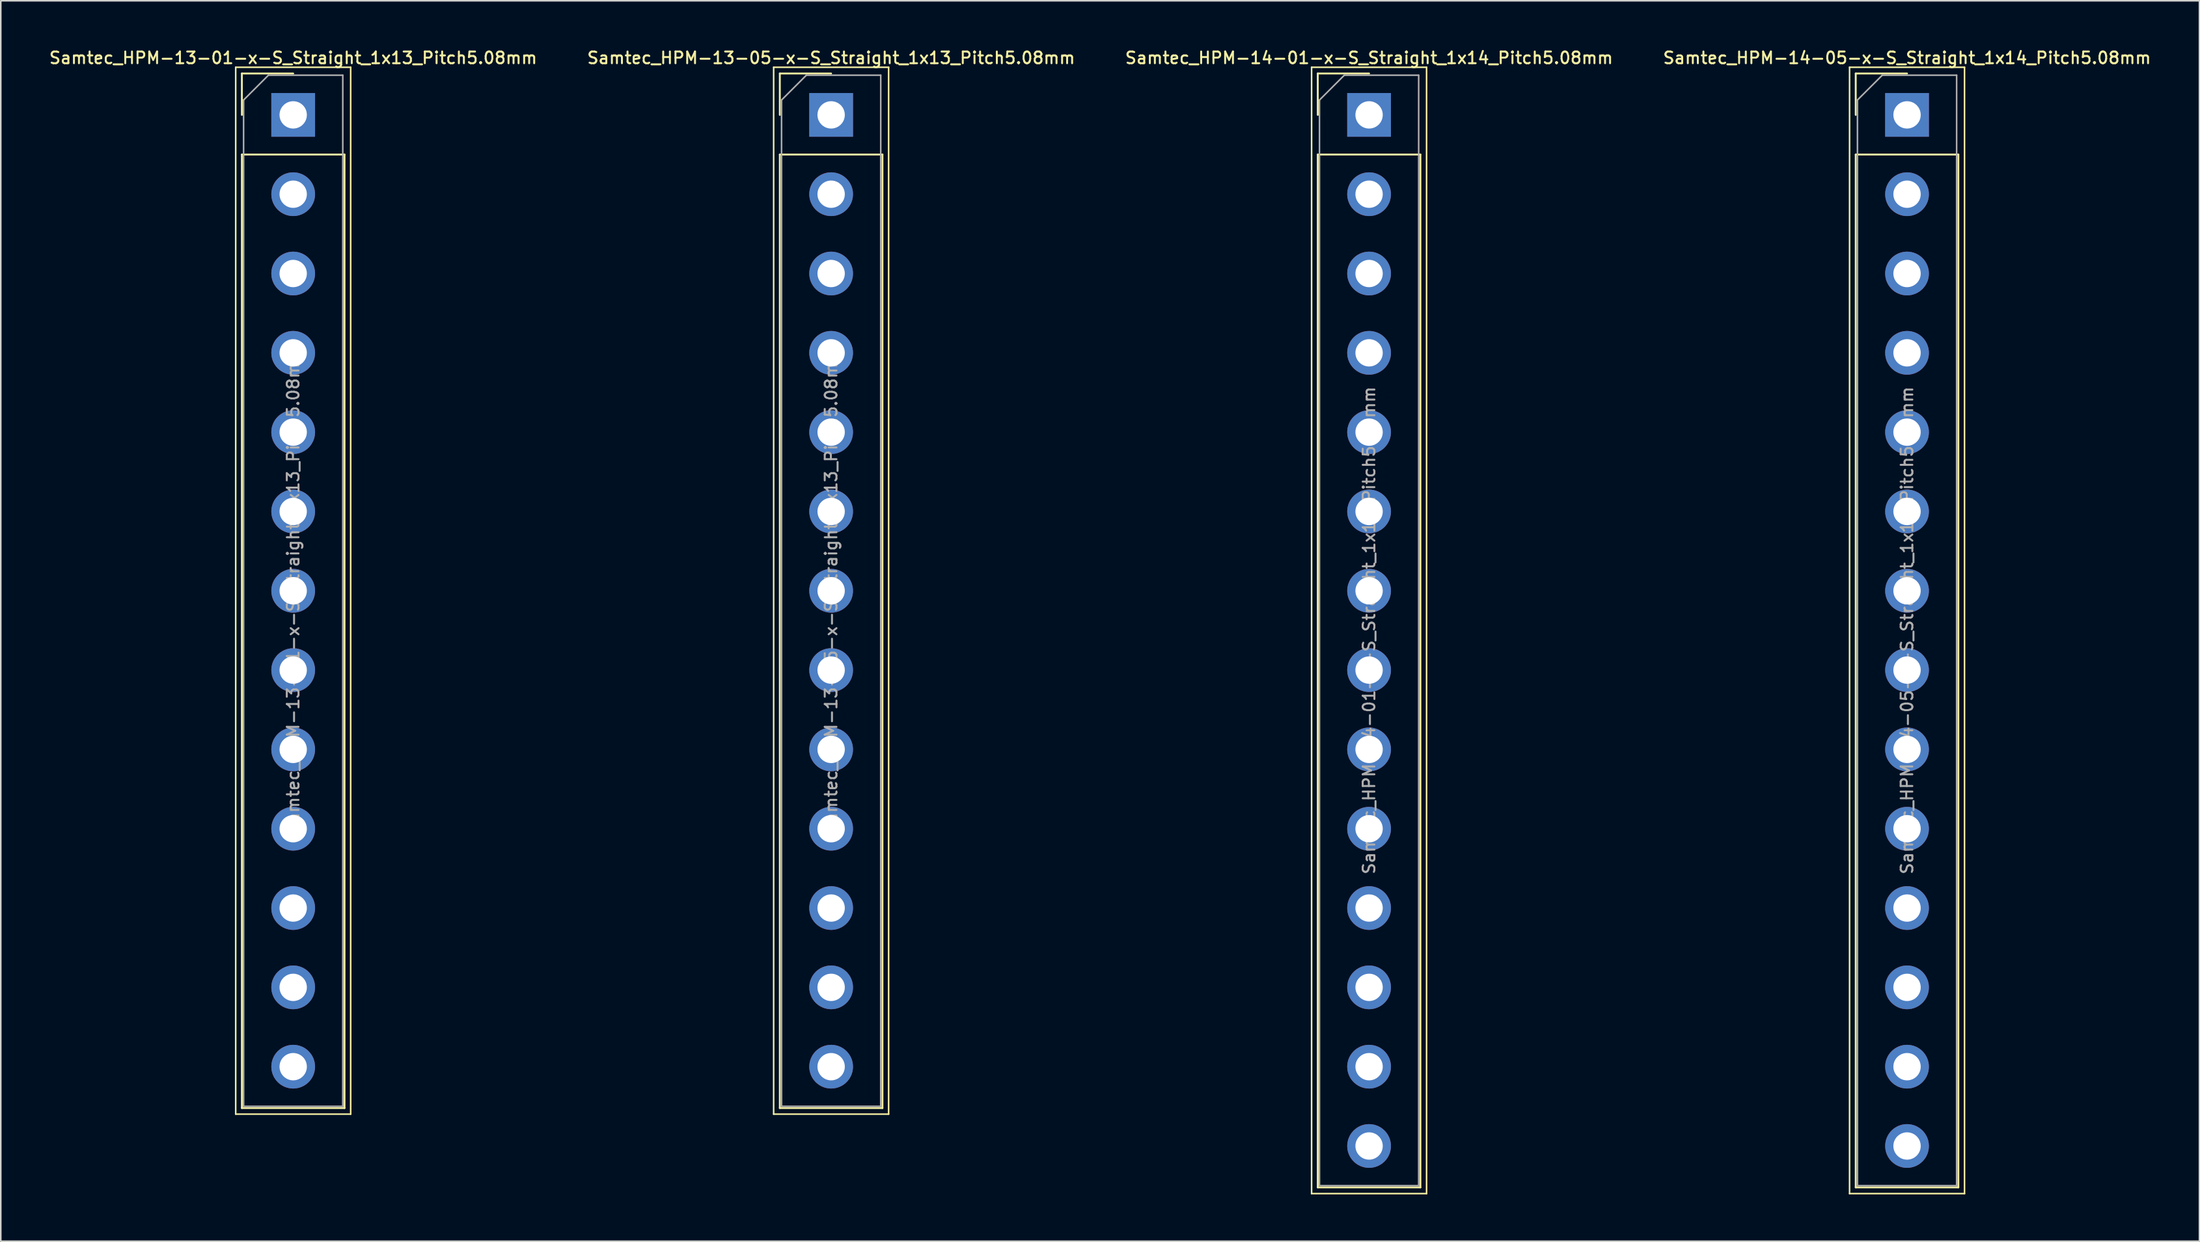
<source format=kicad_pcb>
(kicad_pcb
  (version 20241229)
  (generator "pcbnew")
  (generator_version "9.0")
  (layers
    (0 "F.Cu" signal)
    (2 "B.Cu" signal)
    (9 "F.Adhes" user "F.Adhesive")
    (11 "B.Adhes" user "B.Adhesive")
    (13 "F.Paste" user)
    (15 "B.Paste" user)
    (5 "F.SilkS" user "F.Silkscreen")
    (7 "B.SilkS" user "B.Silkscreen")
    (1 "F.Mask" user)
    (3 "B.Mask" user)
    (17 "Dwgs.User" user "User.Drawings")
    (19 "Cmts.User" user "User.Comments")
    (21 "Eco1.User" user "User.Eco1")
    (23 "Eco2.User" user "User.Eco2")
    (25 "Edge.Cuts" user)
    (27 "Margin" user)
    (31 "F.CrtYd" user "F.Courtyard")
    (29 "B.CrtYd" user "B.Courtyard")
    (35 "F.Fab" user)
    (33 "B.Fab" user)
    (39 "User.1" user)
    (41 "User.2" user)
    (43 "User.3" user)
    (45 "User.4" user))
  (footprint "Samtec_HPM-14-05-x-S_Straight_1x14_Pitch5.08mm"
    (layer "F.Cu")
    (at 119.038 4.308)
    (property "Reference" "Samtec_HPM-14-05-x-S_Straight_1x14_Pitch5.08mm" (at 0 -3.65 0) (layer "F.SilkS") (effects (font (size 0.75 0.75) (thickness 0.125))))
    (attr through_hole)
    (fp_line (start -3.68 -3.05) (end -3.68 69.09) (stroke (width 0.1) (type solid)) (layer "F.SilkS"))
    (fp_line (start -3.68 69.09) (end 3.68 69.09) (stroke (width 0.1) (type solid)) (layer "F.SilkS"))
    (fp_line (start -3.285 -2.65) (end 0 -2.65) (stroke (width 0.12) (type solid)) (layer "F.SilkS"))
    (fp_line (start -3.285 0) (end -3.285 -2.65) (stroke (width 0.12) (type solid)) (layer "F.SilkS"))
    (fp_line (start -3.285 2.54) (end -3.285 68.69) (stroke (width 0.12) (type solid)) (layer "F.SilkS"))
    (fp_line (start -3.285 2.54) (end 3.285 2.54) (stroke (width 0.12) (type solid)) (layer "F.SilkS"))
    (fp_line (start -3.285 68.69) (end 3.285 68.69) (stroke (width 0.12) (type solid)) (layer "F.SilkS"))
    (fp_line (start 3.285 2.54) (end 3.285 68.69) (stroke (width 0.12) (type solid)) (layer "F.SilkS"))
    (fp_line (start 3.68 -3.05) (end -3.68 -3.05) (stroke (width 0.1) (type solid)) (layer "F.SilkS"))
    (fp_line (start 3.68 69.09) (end 3.68 -3.05) (stroke (width 0.1) (type solid)) (layer "F.SilkS"))
    (fp_line (start -3.175 -0.953) (end -1.587 -2.54) (stroke (width 0.1) (type solid)) (layer "F.Fab"))
    (fp_line (start -3.175 68.58) (end -3.175 -0.953) (stroke (width 0.1) (type solid)) (layer "F.Fab"))
    (fp_line (start -1.587 -2.54) (end 3.175 -2.54) (stroke (width 0.1) (type solid)) (layer "F.Fab"))
    (fp_line (start 3.175 -2.54) (end 3.175 68.58) (stroke (width 0.1) (type solid)) (layer "F.Fab"))
    (fp_line (start 3.175 68.58) (end -3.175 68.58) (stroke (width 0.1) (type solid)) (layer "F.Fab"))
    (fp_text user "${REFERENCE}" (at 0 33.02 90) (layer "F.Fab") (effects (font (size 0.75 0.75) (thickness 0.125))))
    (pad "1" thru_hole rect (at 0 0) (size 2.8 2.8) (drill 1.75) (layers "*.Cu" "*.Mask"))
    (pad "2" thru_hole circle (at 0 5.08) (size 2.8 2.8) (drill 1.75) (layers "*.Cu" "*.Mask"))
    (pad "3" thru_hole circle (at 0 10.16) (size 2.8 2.8) (drill 1.75) (layers "*.Cu" "*.Mask"))
    (pad "4" thru_hole circle (at 0 15.24) (size 2.8 2.8) (drill 1.75) (layers "*.Cu" "*.Mask"))
    (pad "5" thru_hole circle (at 0 20.32) (size 2.8 2.8) (drill 1.75) (layers "*.Cu" "*.Mask"))
    (pad "6" thru_hole circle (at 0 25.4) (size 2.8 2.8) (drill 1.75) (layers "*.Cu" "*.Mask"))
    (pad "7" thru_hole circle (at 0 30.48) (size 2.8 2.8) (drill 1.75) (layers "*.Cu" "*.Mask"))
    (pad "8" thru_hole circle (at 0 35.56) (size 2.8 2.8) (drill 1.75) (layers "*.Cu" "*.Mask"))
    (pad "9" thru_hole circle (at 0 40.64) (size 2.8 2.8) (drill 1.75) (layers "*.Cu" "*.Mask"))
    (pad "10" thru_hole circle (at 0 45.72) (size 2.8 2.8) (drill 1.75) (layers "*.Cu" "*.Mask"))
    (pad "11" thru_hole circle (at 0 50.8) (size 2.8 2.8) (drill 1.75) (layers "*.Cu" "*.Mask"))
    (pad "12" thru_hole circle (at 0 55.88) (size 2.8 2.8) (drill 1.75) (layers "*.Cu" "*.Mask"))
    (pad "13" thru_hole circle (at 0 60.96) (size 2.8 2.8) (drill 1.75) (layers "*.Cu" "*.Mask"))
    (pad "14" thru_hole circle (at 0 66.04) (size 2.8 2.8) (drill 1.75) (layers "*.Cu" "*.Mask")))
  (footprint "Samtec_HPM-13-01-x-S_Straight_1x13_Pitch5.08mm"
    (layer "F.Cu")
    (at 15.72 4.308)
    (property "Reference" "Samtec_HPM-13-01-x-S_Straight_1x13_Pitch5.08mm" (at 0 -3.65 0) (layer "F.SilkS") (effects (font (size 0.75 0.75) (thickness 0.125))))
    (attr through_hole)
    (fp_line (start -3.68 -3.05) (end -3.68 64) (stroke (width 0.1) (type solid)) (layer "F.SilkS"))
    (fp_line (start -3.68 64) (end 3.68 64) (stroke (width 0.1) (type solid)) (layer "F.SilkS"))
    (fp_line (start -3.285 -2.65) (end 0 -2.65) (stroke (width 0.12) (type solid)) (layer "F.SilkS"))
    (fp_line (start -3.285 0) (end -3.285 -2.65) (stroke (width 0.12) (type solid)) (layer "F.SilkS"))
    (fp_line (start -3.285 2.54) (end -3.285 63.61) (stroke (width 0.12) (type solid)) (layer "F.SilkS"))
    (fp_line (start -3.285 2.54) (end 3.285 2.54) (stroke (width 0.12) (type solid)) (layer "F.SilkS"))
    (fp_line (start -3.285 63.61) (end 3.285 63.61) (stroke (width 0.12) (type solid)) (layer "F.SilkS"))
    (fp_line (start 3.285 2.54) (end 3.285 63.61) (stroke (width 0.12) (type solid)) (layer "F.SilkS"))
    (fp_line (start 3.68 -3.05) (end -3.68 -3.05) (stroke (width 0.1) (type solid)) (layer "F.SilkS"))
    (fp_line (start 3.68 64) (end 3.68 -3.05) (stroke (width 0.1) (type solid)) (layer "F.SilkS"))
    (fp_line (start -3.175 -0.953) (end -1.587 -2.54) (stroke (width 0.1) (type solid)) (layer "F.Fab"))
    (fp_line (start -3.175 63.5) (end -3.175 -0.953) (stroke (width 0.1) (type solid)) (layer "F.Fab"))
    (fp_line (start -1.587 -2.54) (end 3.175 -2.54) (stroke (width 0.1) (type solid)) (layer "F.Fab"))
    (fp_line (start 3.175 -2.54) (end 3.175 63.5) (stroke (width 0.1) (type solid)) (layer "F.Fab"))
    (fp_line (start 3.175 63.5) (end -3.175 63.5) (stroke (width 0.1) (type solid)) (layer "F.Fab"))
    (fp_text user "${REFERENCE}" (at 0 30.48 90) (layer "F.Fab") (effects (font (size 0.75 0.75) (thickness 0.125))))
    (pad "1" thru_hole rect (at 0 0) (size 2.8 2.8) (drill 1.75) (layers "*.Cu" "*.Mask"))
    (pad "2" thru_hole circle (at 0 5.08) (size 2.8 2.8) (drill 1.75) (layers "*.Cu" "*.Mask"))
    (pad "3" thru_hole circle (at 0 10.16) (size 2.8 2.8) (drill 1.75) (layers "*.Cu" "*.Mask"))
    (pad "4" thru_hole circle (at 0 15.24) (size 2.8 2.8) (drill 1.75) (layers "*.Cu" "*.Mask"))
    (pad "5" thru_hole circle (at 0 20.32) (size 2.8 2.8) (drill 1.75) (layers "*.Cu" "*.Mask"))
    (pad "6" thru_hole circle (at 0 25.4) (size 2.8 2.8) (drill 1.75) (layers "*.Cu" "*.Mask"))
    (pad "7" thru_hole circle (at 0 30.48) (size 2.8 2.8) (drill 1.75) (layers "*.Cu" "*.Mask"))
    (pad "8" thru_hole circle (at 0 35.56) (size 2.8 2.8) (drill 1.75) (layers "*.Cu" "*.Mask"))
    (pad "9" thru_hole circle (at 0 40.64) (size 2.8 2.8) (drill 1.75) (layers "*.Cu" "*.Mask"))
    (pad "10" thru_hole circle (at 0 45.72) (size 2.8 2.8) (drill 1.75) (layers "*.Cu" "*.Mask"))
    (pad "11" thru_hole circle (at 0 50.8) (size 2.8 2.8) (drill 1.75) (layers "*.Cu" "*.Mask"))
    (pad "12" thru_hole circle (at 0 55.88) (size 2.8 2.8) (drill 1.75) (layers "*.Cu" "*.Mask"))
    (pad "13" thru_hole circle (at 0 60.96) (size 2.8 2.8) (drill 1.75) (layers "*.Cu" "*.Mask")))
  (footprint "Samtec_HPM-13-05-x-S_Straight_1x13_Pitch5.08mm"
    (layer "F.Cu")
    (at 50.159 4.308)
    (property "Reference" "Samtec_HPM-13-05-x-S_Straight_1x13_Pitch5.08mm" (at 0 -3.65 0) (layer "F.SilkS") (effects (font (size 0.75 0.75) (thickness 0.125))))
    (attr through_hole)
    (fp_line (start -3.68 -3.05) (end -3.68 64) (stroke (width 0.1) (type solid)) (layer "F.SilkS"))
    (fp_line (start -3.68 64) (end 3.68 64) (stroke (width 0.1) (type solid)) (layer "F.SilkS"))
    (fp_line (start -3.285 -2.65) (end 0 -2.65) (stroke (width 0.12) (type solid)) (layer "F.SilkS"))
    (fp_line (start -3.285 0) (end -3.285 -2.65) (stroke (width 0.12) (type solid)) (layer "F.SilkS"))
    (fp_line (start -3.285 2.54) (end -3.285 63.61) (stroke (width 0.12) (type solid)) (layer "F.SilkS"))
    (fp_line (start -3.285 2.54) (end 3.285 2.54) (stroke (width 0.12) (type solid)) (layer "F.SilkS"))
    (fp_line (start -3.285 63.61) (end 3.285 63.61) (stroke (width 0.12) (type solid)) (layer "F.SilkS"))
    (fp_line (start 3.285 2.54) (end 3.285 63.61) (stroke (width 0.12) (type solid)) (layer "F.SilkS"))
    (fp_line (start 3.68 -3.05) (end -3.68 -3.05) (stroke (width 0.1) (type solid)) (layer "F.SilkS"))
    (fp_line (start 3.68 64) (end 3.68 -3.05) (stroke (width 0.1) (type solid)) (layer "F.SilkS"))
    (fp_line (start -3.175 -0.953) (end -1.587 -2.54) (stroke (width 0.1) (type solid)) (layer "F.Fab"))
    (fp_line (start -3.175 63.5) (end -3.175 -0.953) (stroke (width 0.1) (type solid)) (layer "F.Fab"))
    (fp_line (start -1.587 -2.54) (end 3.175 -2.54) (stroke (width 0.1) (type solid)) (layer "F.Fab"))
    (fp_line (start 3.175 -2.54) (end 3.175 63.5) (stroke (width 0.1) (type solid)) (layer "F.Fab"))
    (fp_line (start 3.175 63.5) (end -3.175 63.5) (stroke (width 0.1) (type solid)) (layer "F.Fab"))
    (fp_text user "${REFERENCE}" (at 0 30.48 90) (layer "F.Fab") (effects (font (size 0.75 0.75) (thickness 0.125))))
    (pad "1" thru_hole rect (at 0 0) (size 2.8 2.8) (drill 1.75) (layers "*.Cu" "*.Mask"))
    (pad "2" thru_hole circle (at 0 5.08) (size 2.8 2.8) (drill 1.75) (layers "*.Cu" "*.Mask"))
    (pad "3" thru_hole circle (at 0 10.16) (size 2.8 2.8) (drill 1.75) (layers "*.Cu" "*.Mask"))
    (pad "4" thru_hole circle (at 0 15.24) (size 2.8 2.8) (drill 1.75) (layers "*.Cu" "*.Mask"))
    (pad "5" thru_hole circle (at 0 20.32) (size 2.8 2.8) (drill 1.75) (layers "*.Cu" "*.Mask"))
    (pad "6" thru_hole circle (at 0 25.4) (size 2.8 2.8) (drill 1.75) (layers "*.Cu" "*.Mask"))
    (pad "7" thru_hole circle (at 0 30.48) (size 2.8 2.8) (drill 1.75) (layers "*.Cu" "*.Mask"))
    (pad "8" thru_hole circle (at 0 35.56) (size 2.8 2.8) (drill 1.75) (layers "*.Cu" "*.Mask"))
    (pad "9" thru_hole circle (at 0 40.64) (size 2.8 2.8) (drill 1.75) (layers "*.Cu" "*.Mask"))
    (pad "10" thru_hole circle (at 0 45.72) (size 2.8 2.8) (drill 1.75) (layers "*.Cu" "*.Mask"))
    (pad "11" thru_hole circle (at 0 50.8) (size 2.8 2.8) (drill 1.75) (layers "*.Cu" "*.Mask"))
    (pad "12" thru_hole circle (at 0 55.88) (size 2.8 2.8) (drill 1.75) (layers "*.Cu" "*.Mask"))
    (pad "13" thru_hole circle (at 0 60.96) (size 2.8 2.8) (drill 1.75) (layers "*.Cu" "*.Mask")))
  (footprint "Samtec_HPM-14-01-x-S_Straight_1x14_Pitch5.08mm"
    (layer "F.Cu")
    (at 84.598 4.308)
    (property "Reference" "Samtec_HPM-14-01-x-S_Straight_1x14_Pitch5.08mm" (at 0 -3.65 0) (layer "F.SilkS") (effects (font (size 0.75 0.75) (thickness 0.125))))
    (attr through_hole)
    (fp_line (start -3.68 -3.05) (end -3.68 69.09) (stroke (width 0.1) (type solid)) (layer "F.SilkS"))
    (fp_line (start -3.68 69.09) (end 3.68 69.09) (stroke (width 0.1) (type solid)) (layer "F.SilkS"))
    (fp_line (start -3.285 -2.65) (end 0 -2.65) (stroke (width 0.12) (type solid)) (layer "F.SilkS"))
    (fp_line (start -3.285 0) (end -3.285 -2.65) (stroke (width 0.12) (type solid)) (layer "F.SilkS"))
    (fp_line (start -3.285 2.54) (end -3.285 68.69) (stroke (width 0.12) (type solid)) (layer "F.SilkS"))
    (fp_line (start -3.285 2.54) (end 3.285 2.54) (stroke (width 0.12) (type solid)) (layer "F.SilkS"))
    (fp_line (start -3.285 68.69) (end 3.285 68.69) (stroke (width 0.12) (type solid)) (layer "F.SilkS"))
    (fp_line (start 3.285 2.54) (end 3.285 68.69) (stroke (width 0.12) (type solid)) (layer "F.SilkS"))
    (fp_line (start 3.68 -3.05) (end -3.68 -3.05) (stroke (width 0.1) (type solid)) (layer "F.SilkS"))
    (fp_line (start 3.68 69.09) (end 3.68 -3.05) (stroke (width 0.1) (type solid)) (layer "F.SilkS"))
    (fp_line (start -3.175 -0.953) (end -1.587 -2.54) (stroke (width 0.1) (type solid)) (layer "F.Fab"))
    (fp_line (start -3.175 68.58) (end -3.175 -0.953) (stroke (width 0.1) (type solid)) (layer "F.Fab"))
    (fp_line (start -1.587 -2.54) (end 3.175 -2.54) (stroke (width 0.1) (type solid)) (layer "F.Fab"))
    (fp_line (start 3.175 -2.54) (end 3.175 68.58) (stroke (width 0.1) (type solid)) (layer "F.Fab"))
    (fp_line (start 3.175 68.58) (end -3.175 68.58) (stroke (width 0.1) (type solid)) (layer "F.Fab"))
    (fp_text user "${REFERENCE}" (at 0 33.02 90) (layer "F.Fab") (effects (font (size 0.75 0.75) (thickness 0.125))))
    (pad "1" thru_hole rect (at 0 0) (size 2.8 2.8) (drill 1.75) (layers "*.Cu" "*.Mask"))
    (pad "2" thru_hole circle (at 0 5.08) (size 2.8 2.8) (drill 1.75) (layers "*.Cu" "*.Mask"))
    (pad "3" thru_hole circle (at 0 10.16) (size 2.8 2.8) (drill 1.75) (layers "*.Cu" "*.Mask"))
    (pad "4" thru_hole circle (at 0 15.24) (size 2.8 2.8) (drill 1.75) (layers "*.Cu" "*.Mask"))
    (pad "5" thru_hole circle (at 0 20.32) (size 2.8 2.8) (drill 1.75) (layers "*.Cu" "*.Mask"))
    (pad "6" thru_hole circle (at 0 25.4) (size 2.8 2.8) (drill 1.75) (layers "*.Cu" "*.Mask"))
    (pad "7" thru_hole circle (at 0 30.48) (size 2.8 2.8) (drill 1.75) (layers "*.Cu" "*.Mask"))
    (pad "8" thru_hole circle (at 0 35.56) (size 2.8 2.8) (drill 1.75) (layers "*.Cu" "*.Mask"))
    (pad "9" thru_hole circle (at 0 40.64) (size 2.8 2.8) (drill 1.75) (layers "*.Cu" "*.Mask"))
    (pad "10" thru_hole circle (at 0 45.72) (size 2.8 2.8) (drill 1.75) (layers "*.Cu" "*.Mask"))
    (pad "11" thru_hole circle (at 0 50.8) (size 2.8 2.8) (drill 1.75) (layers "*.Cu" "*.Mask"))
    (pad "12" thru_hole circle (at 0 55.88) (size 2.8 2.8) (drill 1.75) (layers "*.Cu" "*.Mask"))
    (pad "13" thru_hole circle (at 0 60.96) (size 2.8 2.8) (drill 1.75) (layers "*.Cu" "*.Mask"))
    (pad "14" thru_hole circle (at 0 66.04) (size 2.8 2.8) (drill 1.75) (layers "*.Cu" "*.Mask")))
  (gr_rect
    (start -3 -3)
    (end 137.757 76.448)
    (stroke (width 0.1) (type default))
    (fill no)
    (layer "Edge.Cuts")))
</source>
